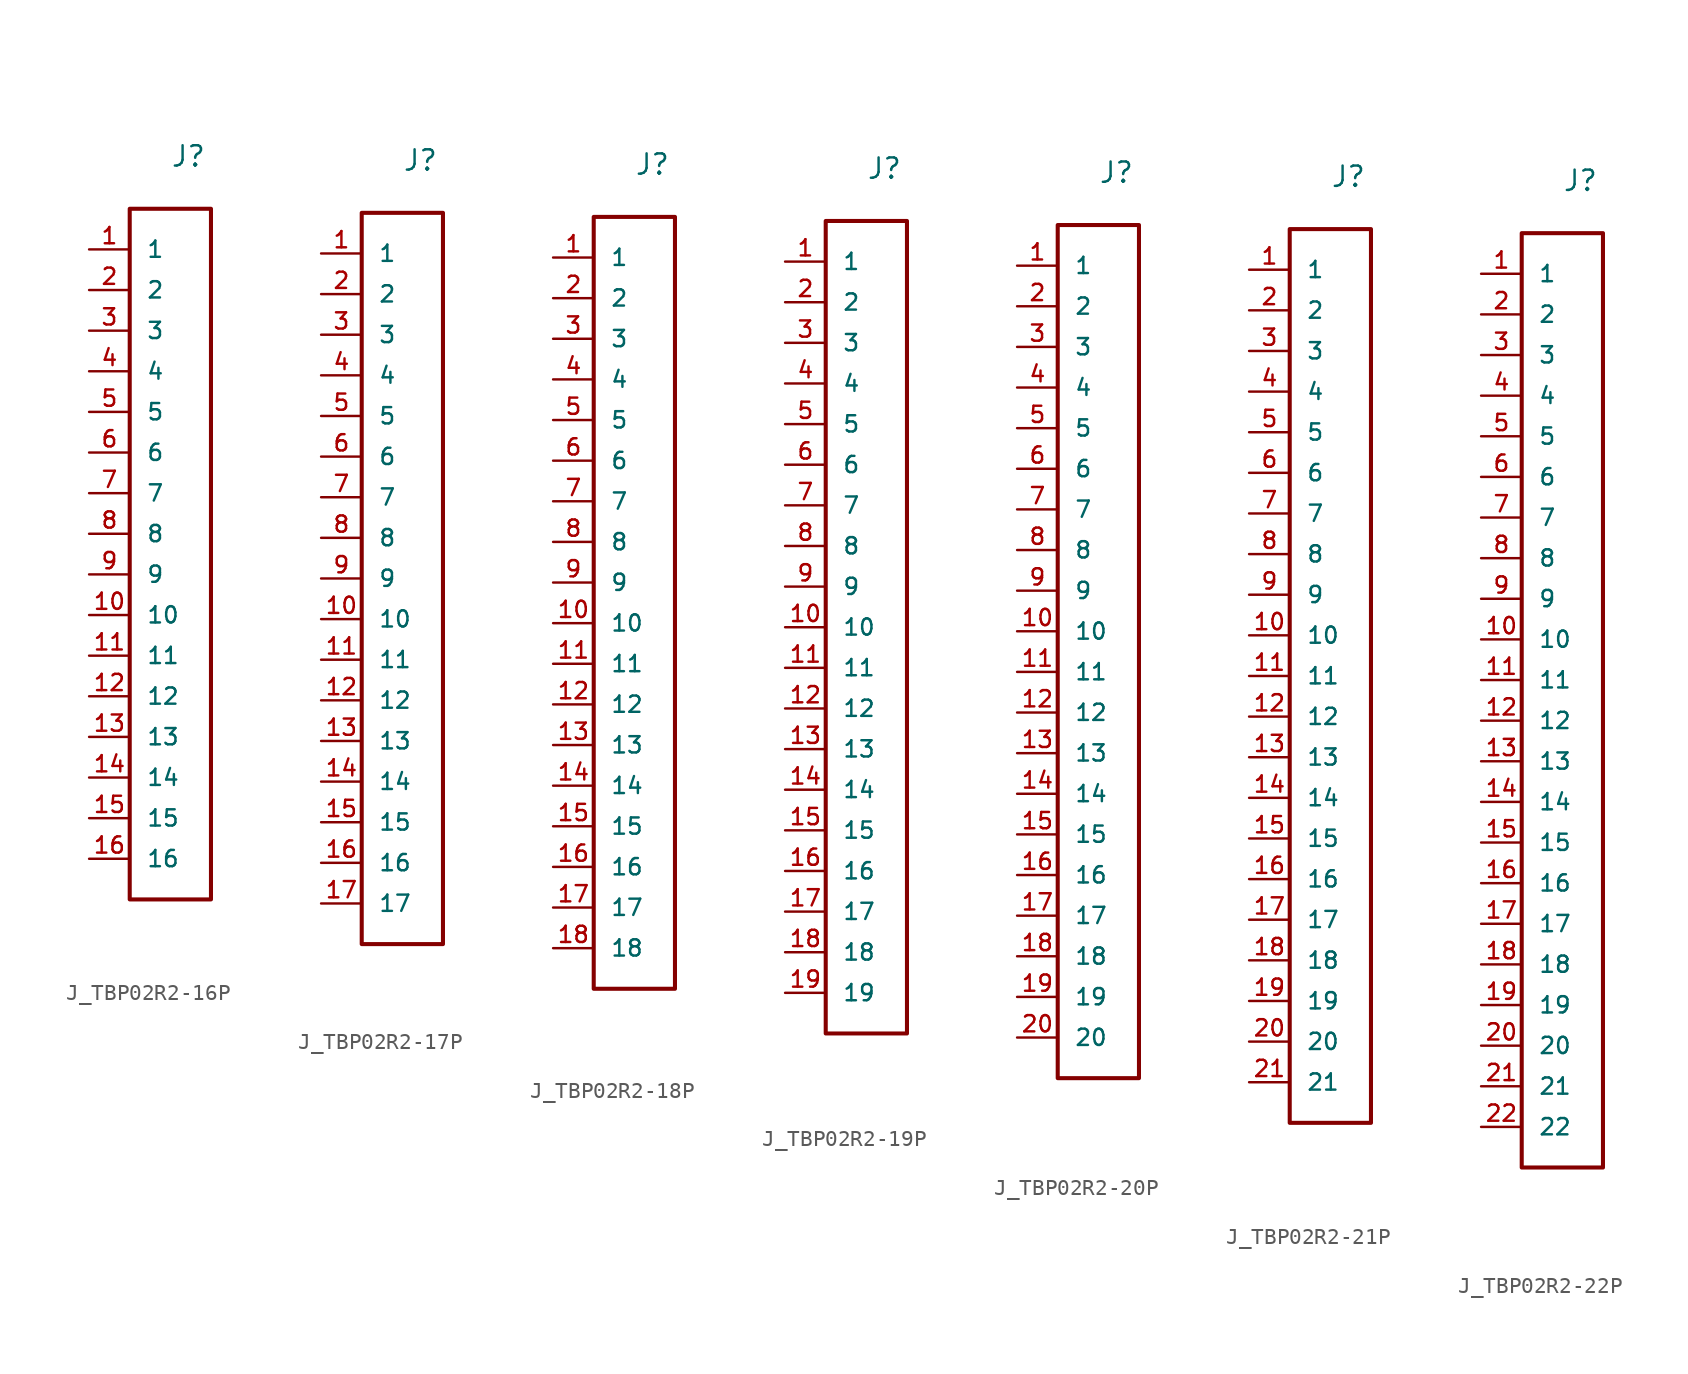
<source format=kicad_sym>
(kicad_symbol_lib
  (version 20231120)
  (generator "kicad_symbol_editor")
  (generator_version "8.0")
  (symbol "J_TBP02R2-16P"
    (pin_names
      (offset 1.016))
    (property "Reference" "J"
      (at 0 24.13 0)
      (effects (font (size 1.27 1.27)) (justify left bottom)))
    (symbol "J_TBP02R2-16P_0_0"
      (pin passive line (at -5.08 19.05 0) (length 2.54) (name "1" (effects (font (size 1.016 1.016)))) (number "1" (effects (font (size 1.016 1.016)))))
      (pin passive line (at -5.08 16.51 0) (length 2.54) (name "2" (effects (font (size 1.016 1.016)))) (number "2" (effects (font (size 1.016 1.016)))))
      (pin passive line (at -5.08 13.97 0) (length 2.54) (name "3" (effects (font (size 1.016 1.016)))) (number "3" (effects (font (size 1.016 1.016)))))
      (pin passive line (at -5.08 11.43 0) (length 2.54) (name "4" (effects (font (size 1.016 1.016)))) (number "4" (effects (font (size 1.016 1.016)))))
      (pin passive line (at -5.08 8.89 0) (length 2.54) (name "5" (effects (font (size 1.016 1.016)))) (number "5" (effects (font (size 1.016 1.016)))))
      (pin passive line (at -5.08 6.35 0) (length 2.54) (name "6" (effects (font (size 1.016 1.016)))) (number "6" (effects (font (size 1.016 1.016)))))
      (pin passive line (at -5.08 3.81 0) (length 2.54) (name "7" (effects (font (size 1.016 1.016)))) (number "7" (effects (font (size 1.016 1.016)))))
      (pin passive line (at -5.08 1.27 0) (length 2.54) (name "8" (effects (font (size 1.016 1.016)))) (number "8" (effects (font (size 1.016 1.016)))))
      (pin passive line (at -5.08 -1.27 0) (length 2.54) (name "9" (effects (font (size 1.016 1.016)))) (number "9" (effects (font (size 1.016 1.016)))))
      (pin passive line (at -5.08 -3.81 0) (length 2.54) (name "10" (effects (font (size 1.016 1.016)))) (number "10" (effects (font (size 1.016 1.016)))))
      (pin passive line (at -5.08 -6.35 0) (length 2.54) (name "11" (effects (font (size 1.016 1.016)))) (number "11" (effects (font (size 1.016 1.016)))))
      (pin passive line (at -5.08 -8.89 0) (length 2.54) (name "12" (effects (font (size 1.016 1.016)))) (number "12" (effects (font (size 1.016 1.016)))))
      (pin passive line (at -5.08 -11.43 0) (length 2.54) (name "13" (effects (font (size 1.016 1.016)))) (number "13" (effects (font (size 1.016 1.016)))))
      (pin passive line (at -5.08 -13.97 0) (length 2.54) (name "14" (effects (font (size 1.016 1.016)))) (number "14" (effects (font (size 1.016 1.016)))))
      (pin passive line (at -5.08 -16.51 0) (length 2.54) (name "15" (effects (font (size 1.016 1.016)))) (number "15" (effects (font (size 1.016 1.016)))))
      (pin passive line (at -5.08 -19.05 0) (length 2.54) (name "16" (effects (font (size 1.016 1.016)))) (number "16" (effects (font (size 1.016 1.016))))))
    (symbol "J_TBP02R2-16P_1_0"
      (rectangle (start -2.54 21.59) (end 2.54 -21.59) (stroke (width 0.254) (type solid)) (fill (type none)))))
  (symbol "J_TBP02R2-17P"
    (pin_names
      (offset 1.016))
    (property "Reference" "J"
      (at 0 25.4 0)
      (effects (font (size 1.27 1.27)) (justify left bottom)))
    (symbol "J_TBP02R2-17P_0_0"
      (pin passive line (at -5.08 20.32 0) (length 2.54) (name "1" (effects (font (size 1.016 1.016)))) (number "1" (effects (font (size 1.016 1.016)))))
      (pin passive line (at -5.08 17.78 0) (length 2.54) (name "2" (effects (font (size 1.016 1.016)))) (number "2" (effects (font (size 1.016 1.016)))))
      (pin passive line (at -5.08 15.24 0) (length 2.54) (name "3" (effects (font (size 1.016 1.016)))) (number "3" (effects (font (size 1.016 1.016)))))
      (pin passive line (at -5.08 12.7 0) (length 2.54) (name "4" (effects (font (size 1.016 1.016)))) (number "4" (effects (font (size 1.016 1.016)))))
      (pin passive line (at -5.08 10.16 0) (length 2.54) (name "5" (effects (font (size 1.016 1.016)))) (number "5" (effects (font (size 1.016 1.016)))))
      (pin passive line (at -5.08 7.62 0) (length 2.54) (name "6" (effects (font (size 1.016 1.016)))) (number "6" (effects (font (size 1.016 1.016)))))
      (pin passive line (at -5.08 5.08 0) (length 2.54) (name "7" (effects (font (size 1.016 1.016)))) (number "7" (effects (font (size 1.016 1.016)))))
      (pin passive line (at -5.08 2.54 0) (length 2.54) (name "8" (effects (font (size 1.016 1.016)))) (number "8" (effects (font (size 1.016 1.016)))))
      (pin passive line (at -5.08 0.0 0) (length 2.54) (name "9" (effects (font (size 1.016 1.016)))) (number "9" (effects (font (size 1.016 1.016)))))
      (pin passive line (at -5.08 -2.54 0) (length 2.54) (name "10" (effects (font (size 1.016 1.016)))) (number "10" (effects (font (size 1.016 1.016)))))
      (pin passive line (at -5.08 -5.08 0) (length 2.54) (name "11" (effects (font (size 1.016 1.016)))) (number "11" (effects (font (size 1.016 1.016)))))
      (pin passive line (at -5.08 -7.62 0) (length 2.54) (name "12" (effects (font (size 1.016 1.016)))) (number "12" (effects (font (size 1.016 1.016)))))
      (pin passive line (at -5.08 -10.16 0) (length 2.54) (name "13" (effects (font (size 1.016 1.016)))) (number "13" (effects (font (size 1.016 1.016)))))
      (pin passive line (at -5.08 -12.7 0) (length 2.54) (name "14" (effects (font (size 1.016 1.016)))) (number "14" (effects (font (size 1.016 1.016)))))
      (pin passive line (at -5.08 -15.24 0) (length 2.54) (name "15" (effects (font (size 1.016 1.016)))) (number "15" (effects (font (size 1.016 1.016)))))
      (pin passive line (at -5.08 -17.78 0) (length 2.54) (name "16" (effects (font (size 1.016 1.016)))) (number "16" (effects (font (size 1.016 1.016)))))
      (pin passive line (at -5.08 -20.32 0) (length 2.54) (name "17" (effects (font (size 1.016 1.016)))) (number "17" (effects (font (size 1.016 1.016))))))
    (symbol "J_TBP02R2-17P_1_0"
      (rectangle (start -2.54 22.86) (end 2.54 -22.86) (stroke (width 0.254) (type solid)) (fill (type none)))))
  (symbol "J_TBP02R2-18P"
    (pin_names
      (offset 1.016))
    (property "Reference" "J"
      (at 0 26.67 0)
      (effects (font (size 1.27 1.27)) (justify left bottom)))
    (symbol "J_TBP02R2-18P_0_0"
      (pin passive line (at -5.08 21.59 0) (length 2.54) (name "1" (effects (font (size 1.016 1.016)))) (number "1" (effects (font (size 1.016 1.016)))))
      (pin passive line (at -5.08 19.05 0) (length 2.54) (name "2" (effects (font (size 1.016 1.016)))) (number "2" (effects (font (size 1.016 1.016)))))
      (pin passive line (at -5.08 16.51 0) (length 2.54) (name "3" (effects (font (size 1.016 1.016)))) (number "3" (effects (font (size 1.016 1.016)))))
      (pin passive line (at -5.08 13.97 0) (length 2.54) (name "4" (effects (font (size 1.016 1.016)))) (number "4" (effects (font (size 1.016 1.016)))))
      (pin passive line (at -5.08 11.43 0) (length 2.54) (name "5" (effects (font (size 1.016 1.016)))) (number "5" (effects (font (size 1.016 1.016)))))
      (pin passive line (at -5.08 8.89 0) (length 2.54) (name "6" (effects (font (size 1.016 1.016)))) (number "6" (effects (font (size 1.016 1.016)))))
      (pin passive line (at -5.08 6.35 0) (length 2.54) (name "7" (effects (font (size 1.016 1.016)))) (number "7" (effects (font (size 1.016 1.016)))))
      (pin passive line (at -5.08 3.81 0) (length 2.54) (name "8" (effects (font (size 1.016 1.016)))) (number "8" (effects (font (size 1.016 1.016)))))
      (pin passive line (at -5.08 1.27 0) (length 2.54) (name "9" (effects (font (size 1.016 1.016)))) (number "9" (effects (font (size 1.016 1.016)))))
      (pin passive line (at -5.08 -1.27 0) (length 2.54) (name "10" (effects (font (size 1.016 1.016)))) (number "10" (effects (font (size 1.016 1.016)))))
      (pin passive line (at -5.08 -3.81 0) (length 2.54) (name "11" (effects (font (size 1.016 1.016)))) (number "11" (effects (font (size 1.016 1.016)))))
      (pin passive line (at -5.08 -6.35 0) (length 2.54) (name "12" (effects (font (size 1.016 1.016)))) (number "12" (effects (font (size 1.016 1.016)))))
      (pin passive line (at -5.08 -8.89 0) (length 2.54) (name "13" (effects (font (size 1.016 1.016)))) (number "13" (effects (font (size 1.016 1.016)))))
      (pin passive line (at -5.08 -11.43 0) (length 2.54) (name "14" (effects (font (size 1.016 1.016)))) (number "14" (effects (font (size 1.016 1.016)))))
      (pin passive line (at -5.08 -13.97 0) (length 2.54) (name "15" (effects (font (size 1.016 1.016)))) (number "15" (effects (font (size 1.016 1.016)))))
      (pin passive line (at -5.08 -16.51 0) (length 2.54) (name "16" (effects (font (size 1.016 1.016)))) (number "16" (effects (font (size 1.016 1.016)))))
      (pin passive line (at -5.08 -19.05 0) (length 2.54) (name "17" (effects (font (size 1.016 1.016)))) (number "17" (effects (font (size 1.016 1.016)))))
      (pin passive line (at -5.08 -21.59 0) (length 2.54) (name "18" (effects (font (size 1.016 1.016)))) (number "18" (effects (font (size 1.016 1.016))))))
    (symbol "J_TBP02R2-18P_1_0"
      (rectangle (start -2.54 24.13) (end 2.54 -24.13) (stroke (width 0.254) (type solid)) (fill (type none)))))
  (symbol "J_TBP02R2-19P"
    (pin_names
      (offset 1.016))
    (property "Reference" "J"
      (at 0 27.94 0)
      (effects (font (size 1.27 1.27)) (justify left bottom)))
    (symbol "J_TBP02R2-19P_0_0"
      (pin passive line (at -5.08 22.86 0) (length 2.54) (name "1" (effects (font (size 1.016 1.016)))) (number "1" (effects (font (size 1.016 1.016)))))
      (pin passive line (at -5.08 20.32 0) (length 2.54) (name "2" (effects (font (size 1.016 1.016)))) (number "2" (effects (font (size 1.016 1.016)))))
      (pin passive line (at -5.08 17.78 0) (length 2.54) (name "3" (effects (font (size 1.016 1.016)))) (number "3" (effects (font (size 1.016 1.016)))))
      (pin passive line (at -5.08 15.24 0) (length 2.54) (name "4" (effects (font (size 1.016 1.016)))) (number "4" (effects (font (size 1.016 1.016)))))
      (pin passive line (at -5.08 12.7 0) (length 2.54) (name "5" (effects (font (size 1.016 1.016)))) (number "5" (effects (font (size 1.016 1.016)))))
      (pin passive line (at -5.08 10.16 0) (length 2.54) (name "6" (effects (font (size 1.016 1.016)))) (number "6" (effects (font (size 1.016 1.016)))))
      (pin passive line (at -5.08 7.62 0) (length 2.54) (name "7" (effects (font (size 1.016 1.016)))) (number "7" (effects (font (size 1.016 1.016)))))
      (pin passive line (at -5.08 5.08 0) (length 2.54) (name "8" (effects (font (size 1.016 1.016)))) (number "8" (effects (font (size 1.016 1.016)))))
      (pin passive line (at -5.08 2.54 0) (length 2.54) (name "9" (effects (font (size 1.016 1.016)))) (number "9" (effects (font (size 1.016 1.016)))))
      (pin passive line (at -5.08 0.0 0) (length 2.54) (name "10" (effects (font (size 1.016 1.016)))) (number "10" (effects (font (size 1.016 1.016)))))
      (pin passive line (at -5.08 -2.54 0) (length 2.54) (name "11" (effects (font (size 1.016 1.016)))) (number "11" (effects (font (size 1.016 1.016)))))
      (pin passive line (at -5.08 -5.08 0) (length 2.54) (name "12" (effects (font (size 1.016 1.016)))) (number "12" (effects (font (size 1.016 1.016)))))
      (pin passive line (at -5.08 -7.62 0) (length 2.54) (name "13" (effects (font (size 1.016 1.016)))) (number "13" (effects (font (size 1.016 1.016)))))
      (pin passive line (at -5.08 -10.16 0) (length 2.54) (name "14" (effects (font (size 1.016 1.016)))) (number "14" (effects (font (size 1.016 1.016)))))
      (pin passive line (at -5.08 -12.7 0) (length 2.54) (name "15" (effects (font (size 1.016 1.016)))) (number "15" (effects (font (size 1.016 1.016)))))
      (pin passive line (at -5.08 -15.24 0) (length 2.54) (name "16" (effects (font (size 1.016 1.016)))) (number "16" (effects (font (size 1.016 1.016)))))
      (pin passive line (at -5.08 -17.78 0) (length 2.54) (name "17" (effects (font (size 1.016 1.016)))) (number "17" (effects (font (size 1.016 1.016)))))
      (pin passive line (at -5.08 -20.32 0) (length 2.54) (name "18" (effects (font (size 1.016 1.016)))) (number "18" (effects (font (size 1.016 1.016)))))
      (pin passive line (at -5.08 -22.86 0) (length 2.54) (name "19" (effects (font (size 1.016 1.016)))) (number "19" (effects (font (size 1.016 1.016))))))
    (symbol "J_TBP02R2-19P_1_0"
      (rectangle (start -2.54 25.4) (end 2.54 -25.4) (stroke (width 0.254) (type solid)) (fill (type none)))))
  (symbol "J_TBP02R2-20P"
    (pin_names
      (offset 1.016))
    (property "Reference" "J"
      (at 0 29.21 0)
      (effects (font (size 1.27 1.27)) (justify left bottom)))
    (symbol "J_TBP02R2-20P_0_0"
      (pin passive line (at -5.08 24.13 0) (length 2.54) (name "1" (effects (font (size 1.016 1.016)))) (number "1" (effects (font (size 1.016 1.016)))))
      (pin passive line (at -5.08 21.59 0) (length 2.54) (name "2" (effects (font (size 1.016 1.016)))) (number "2" (effects (font (size 1.016 1.016)))))
      (pin passive line (at -5.08 19.05 0) (length 2.54) (name "3" (effects (font (size 1.016 1.016)))) (number "3" (effects (font (size 1.016 1.016)))))
      (pin passive line (at -5.08 16.51 0) (length 2.54) (name "4" (effects (font (size 1.016 1.016)))) (number "4" (effects (font (size 1.016 1.016)))))
      (pin passive line (at -5.08 13.97 0) (length 2.54) (name "5" (effects (font (size 1.016 1.016)))) (number "5" (effects (font (size 1.016 1.016)))))
      (pin passive line (at -5.08 11.43 0) (length 2.54) (name "6" (effects (font (size 1.016 1.016)))) (number "6" (effects (font (size 1.016 1.016)))))
      (pin passive line (at -5.08 8.89 0) (length 2.54) (name "7" (effects (font (size 1.016 1.016)))) (number "7" (effects (font (size 1.016 1.016)))))
      (pin passive line (at -5.08 6.35 0) (length 2.54) (name "8" (effects (font (size 1.016 1.016)))) (number "8" (effects (font (size 1.016 1.016)))))
      (pin passive line (at -5.08 3.81 0) (length 2.54) (name "9" (effects (font (size 1.016 1.016)))) (number "9" (effects (font (size 1.016 1.016)))))
      (pin passive line (at -5.08 1.27 0) (length 2.54) (name "10" (effects (font (size 1.016 1.016)))) (number "10" (effects (font (size 1.016 1.016)))))
      (pin passive line (at -5.08 -1.27 0) (length 2.54) (name "11" (effects (font (size 1.016 1.016)))) (number "11" (effects (font (size 1.016 1.016)))))
      (pin passive line (at -5.08 -3.81 0) (length 2.54) (name "12" (effects (font (size 1.016 1.016)))) (number "12" (effects (font (size 1.016 1.016)))))
      (pin passive line (at -5.08 -6.35 0) (length 2.54) (name "13" (effects (font (size 1.016 1.016)))) (number "13" (effects (font (size 1.016 1.016)))))
      (pin passive line (at -5.08 -8.89 0) (length 2.54) (name "14" (effects (font (size 1.016 1.016)))) (number "14" (effects (font (size 1.016 1.016)))))
      (pin passive line (at -5.08 -11.43 0) (length 2.54) (name "15" (effects (font (size 1.016 1.016)))) (number "15" (effects (font (size 1.016 1.016)))))
      (pin passive line (at -5.08 -13.97 0) (length 2.54) (name "16" (effects (font (size 1.016 1.016)))) (number "16" (effects (font (size 1.016 1.016)))))
      (pin passive line (at -5.08 -16.51 0) (length 2.54) (name "17" (effects (font (size 1.016 1.016)))) (number "17" (effects (font (size 1.016 1.016)))))
      (pin passive line (at -5.08 -19.05 0) (length 2.54) (name "18" (effects (font (size 1.016 1.016)))) (number "18" (effects (font (size 1.016 1.016)))))
      (pin passive line (at -5.08 -21.59 0) (length 2.54) (name "19" (effects (font (size 1.016 1.016)))) (number "19" (effects (font (size 1.016 1.016)))))
      (pin passive line (at -5.08 -24.13 0) (length 2.54) (name "20" (effects (font (size 1.016 1.016)))) (number "20" (effects (font (size 1.016 1.016))))))
    (symbol "J_TBP02R2-20P_1_0"
      (rectangle (start -2.54 26.67) (end 2.54 -26.67) (stroke (width 0.254) (type solid)) (fill (type none)))))
  (symbol "J_TBP02R2-21P"
    (pin_names
      (offset 1.016))
    (property "Reference" "J"
      (at 0 30.48 0)
      (effects (font (size 1.27 1.27)) (justify left bottom)))
    (symbol "J_TBP02R2-21P_0_0"
      (pin passive line (at -5.08 25.4 0) (length 2.54) (name "1" (effects (font (size 1.016 1.016)))) (number "1" (effects (font (size 1.016 1.016)))))
      (pin passive line (at -5.08 22.86 0) (length 2.54) (name "2" (effects (font (size 1.016 1.016)))) (number "2" (effects (font (size 1.016 1.016)))))
      (pin passive line (at -5.08 20.32 0) (length 2.54) (name "3" (effects (font (size 1.016 1.016)))) (number "3" (effects (font (size 1.016 1.016)))))
      (pin passive line (at -5.08 17.78 0) (length 2.54) (name "4" (effects (font (size 1.016 1.016)))) (number "4" (effects (font (size 1.016 1.016)))))
      (pin passive line (at -5.08 15.24 0) (length 2.54) (name "5" (effects (font (size 1.016 1.016)))) (number "5" (effects (font (size 1.016 1.016)))))
      (pin passive line (at -5.08 12.7 0) (length 2.54) (name "6" (effects (font (size 1.016 1.016)))) (number "6" (effects (font (size 1.016 1.016)))))
      (pin passive line (at -5.08 10.16 0) (length 2.54) (name "7" (effects (font (size 1.016 1.016)))) (number "7" (effects (font (size 1.016 1.016)))))
      (pin passive line (at -5.08 7.62 0) (length 2.54) (name "8" (effects (font (size 1.016 1.016)))) (number "8" (effects (font (size 1.016 1.016)))))
      (pin passive line (at -5.08 5.08 0) (length 2.54) (name "9" (effects (font (size 1.016 1.016)))) (number "9" (effects (font (size 1.016 1.016)))))
      (pin passive line (at -5.08 2.54 0) (length 2.54) (name "10" (effects (font (size 1.016 1.016)))) (number "10" (effects (font (size 1.016 1.016)))))
      (pin passive line (at -5.08 0.0 0) (length 2.54) (name "11" (effects (font (size 1.016 1.016)))) (number "11" (effects (font (size 1.016 1.016)))))
      (pin passive line (at -5.08 -2.54 0) (length 2.54) (name "12" (effects (font (size 1.016 1.016)))) (number "12" (effects (font (size 1.016 1.016)))))
      (pin passive line (at -5.08 -5.08 0) (length 2.54) (name "13" (effects (font (size 1.016 1.016)))) (number "13" (effects (font (size 1.016 1.016)))))
      (pin passive line (at -5.08 -7.62 0) (length 2.54) (name "14" (effects (font (size 1.016 1.016)))) (number "14" (effects (font (size 1.016 1.016)))))
      (pin passive line (at -5.08 -10.16 0) (length 2.54) (name "15" (effects (font (size 1.016 1.016)))) (number "15" (effects (font (size 1.016 1.016)))))
      (pin passive line (at -5.08 -12.7 0) (length 2.54) (name "16" (effects (font (size 1.016 1.016)))) (number "16" (effects (font (size 1.016 1.016)))))
      (pin passive line (at -5.08 -15.24 0) (length 2.54) (name "17" (effects (font (size 1.016 1.016)))) (number "17" (effects (font (size 1.016 1.016)))))
      (pin passive line (at -5.08 -17.78 0) (length 2.54) (name "18" (effects (font (size 1.016 1.016)))) (number "18" (effects (font (size 1.016 1.016)))))
      (pin passive line (at -5.08 -20.32 0) (length 2.54) (name "19" (effects (font (size 1.016 1.016)))) (number "19" (effects (font (size 1.016 1.016)))))
      (pin passive line (at -5.08 -22.86 0) (length 2.54) (name "20" (effects (font (size 1.016 1.016)))) (number "20" (effects (font (size 1.016 1.016)))))
      (pin passive line (at -5.08 -25.4 0) (length 2.54) (name "21" (effects (font (size 1.016 1.016)))) (number "21" (effects (font (size 1.016 1.016))))))
    (symbol "J_TBP02R2-21P_1_0"
      (rectangle (start -2.54 27.94) (end 2.54 -27.94) (stroke (width 0.254) (type solid)) (fill (type none)))))
  (symbol "J_TBP02R2-22P"
    (pin_names
      (offset 1.016))
    (property "Reference" "J"
      (at 0 31.75 0)
      (effects (font (size 1.27 1.27)) (justify left bottom)))
    (symbol "J_TBP02R2-22P_0_0"
      (pin passive line (at -5.08 26.67 0) (length 2.54) (name "1" (effects (font (size 1.016 1.016)))) (number "1" (effects (font (size 1.016 1.016)))))
      (pin passive line (at -5.08 24.13 0) (length 2.54) (name "2" (effects (font (size 1.016 1.016)))) (number "2" (effects (font (size 1.016 1.016)))))
      (pin passive line (at -5.08 21.59 0) (length 2.54) (name "3" (effects (font (size 1.016 1.016)))) (number "3" (effects (font (size 1.016 1.016)))))
      (pin passive line (at -5.08 19.05 0) (length 2.54) (name "4" (effects (font (size 1.016 1.016)))) (number "4" (effects (font (size 1.016 1.016)))))
      (pin passive line (at -5.08 16.51 0) (length 2.54) (name "5" (effects (font (size 1.016 1.016)))) (number "5" (effects (font (size 1.016 1.016)))))
      (pin passive line (at -5.08 13.97 0) (length 2.54) (name "6" (effects (font (size 1.016 1.016)))) (number "6" (effects (font (size 1.016 1.016)))))
      (pin passive line (at -5.08 11.43 0) (length 2.54) (name "7" (effects (font (size 1.016 1.016)))) (number "7" (effects (font (size 1.016 1.016)))))
      (pin passive line (at -5.08 8.89 0) (length 2.54) (name "8" (effects (font (size 1.016 1.016)))) (number "8" (effects (font (size 1.016 1.016)))))
      (pin passive line (at -5.08 6.35 0) (length 2.54) (name "9" (effects (font (size 1.016 1.016)))) (number "9" (effects (font (size 1.016 1.016)))))
      (pin passive line (at -5.08 3.81 0) (length 2.54) (name "10" (effects (font (size 1.016 1.016)))) (number "10" (effects (font (size 1.016 1.016)))))
      (pin passive line (at -5.08 1.27 0) (length 2.54) (name "11" (effects (font (size 1.016 1.016)))) (number "11" (effects (font (size 1.016 1.016)))))
      (pin passive line (at -5.08 -1.27 0) (length 2.54) (name "12" (effects (font (size 1.016 1.016)))) (number "12" (effects (font (size 1.016 1.016)))))
      (pin passive line (at -5.08 -3.81 0) (length 2.54) (name "13" (effects (font (size 1.016 1.016)))) (number "13" (effects (font (size 1.016 1.016)))))
      (pin passive line (at -5.08 -6.35 0) (length 2.54) (name "14" (effects (font (size 1.016 1.016)))) (number "14" (effects (font (size 1.016 1.016)))))
      (pin passive line (at -5.08 -8.89 0) (length 2.54) (name "15" (effects (font (size 1.016 1.016)))) (number "15" (effects (font (size 1.016 1.016)))))
      (pin passive line (at -5.08 -11.43 0) (length 2.54) (name "16" (effects (font (size 1.016 1.016)))) (number "16" (effects (font (size 1.016 1.016)))))
      (pin passive line (at -5.08 -13.97 0) (length 2.54) (name "17" (effects (font (size 1.016 1.016)))) (number "17" (effects (font (size 1.016 1.016)))))
      (pin passive line (at -5.08 -16.51 0) (length 2.54) (name "18" (effects (font (size 1.016 1.016)))) (number "18" (effects (font (size 1.016 1.016)))))
      (pin passive line (at -5.08 -19.05 0) (length 2.54) (name "19" (effects (font (size 1.016 1.016)))) (number "19" (effects (font (size 1.016 1.016)))))
      (pin passive line (at -5.08 -21.59 0) (length 2.54) (name "20" (effects (font (size 1.016 1.016)))) (number "20" (effects (font (size 1.016 1.016)))))
      (pin passive line (at -5.08 -24.13 0) (length 2.54) (name "21" (effects (font (size 1.016 1.016)))) (number "21" (effects (font (size 1.016 1.016)))))
      (pin passive line (at -5.08 -26.67 0) (length 2.54) (name "22" (effects (font (size 1.016 1.016)))) (number "22" (effects (font (size 1.016 1.016))))))
    (symbol "J_TBP02R2-22P_1_0"
      (rectangle (start -2.54 29.21) (end 2.54 -29.21) (stroke (width 0.254) (type solid)) (fill (type none))))))
</source>
